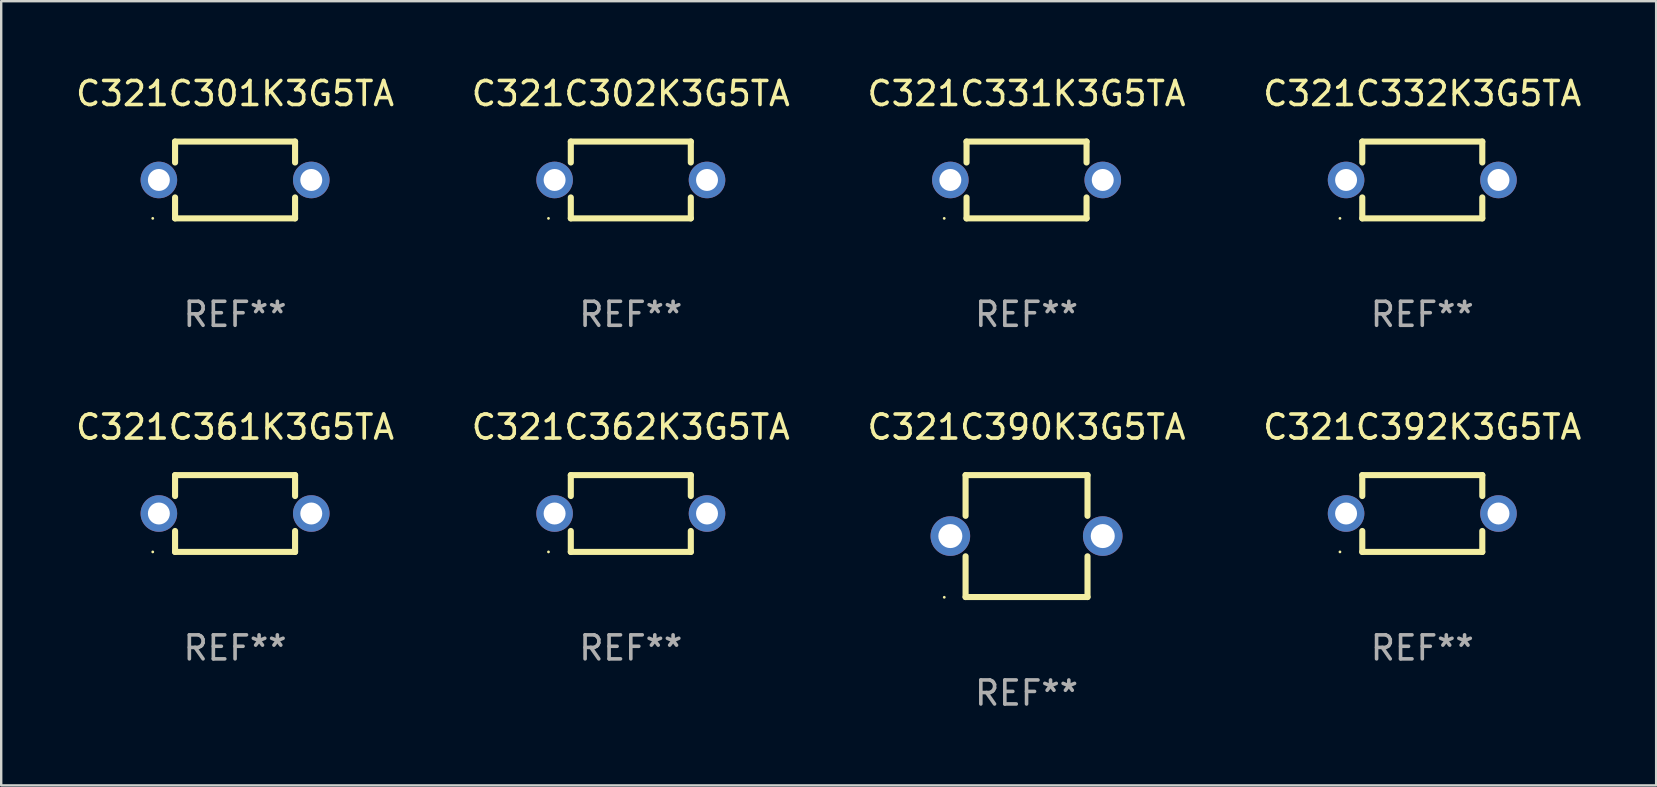
<source format=kicad_pcb>
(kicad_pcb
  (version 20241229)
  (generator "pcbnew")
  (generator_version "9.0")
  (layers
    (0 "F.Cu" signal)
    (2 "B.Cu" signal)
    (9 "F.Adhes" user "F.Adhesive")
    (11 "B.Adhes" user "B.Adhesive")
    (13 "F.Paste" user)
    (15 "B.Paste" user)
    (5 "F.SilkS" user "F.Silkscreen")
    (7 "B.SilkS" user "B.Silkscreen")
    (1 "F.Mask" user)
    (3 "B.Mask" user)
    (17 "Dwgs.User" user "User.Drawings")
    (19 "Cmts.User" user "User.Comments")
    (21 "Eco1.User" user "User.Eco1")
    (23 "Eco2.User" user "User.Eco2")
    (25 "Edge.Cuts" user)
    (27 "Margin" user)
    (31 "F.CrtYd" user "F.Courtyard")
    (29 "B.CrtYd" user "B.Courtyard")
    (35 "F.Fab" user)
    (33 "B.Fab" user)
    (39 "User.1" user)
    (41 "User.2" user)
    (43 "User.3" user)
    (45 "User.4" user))
  (footprint "C321C362K3G5TA"
    (layer "F.Cu")
    (at 23.232 18.345)
    (property "Reference" "C321C362K3G5TA" (at 0 -3.6 0) (layer "F.SilkS") (effects (font (size 1 1) (thickness 0.15))))
    (attr through_hole)
    (fp_line (start -2.5 -1.6) (end 2.5 -1.6) (stroke (width 0.254) (type solid)) (layer "F.SilkS"))
    (fp_line (start -2.5 -0.728) (end -2.5 -1.6) (stroke (width 0.254) (type solid)) (layer "F.SilkS"))
    (fp_line (start -2.5 1.6) (end -2.5 0.728) (stroke (width 0.254) (type solid)) (layer "F.SilkS"))
    (fp_line (start 2.5 -1.6) (end 2.5 -0.728) (stroke (width 0.254) (type solid)) (layer "F.SilkS"))
    (fp_line (start 2.5 0.728) (end 2.5 1.6) (stroke (width 0.254) (type solid)) (layer "F.SilkS"))
    (fp_line (start 2.5 1.6) (end -2.5 1.6) (stroke (width 0.254) (type solid)) (layer "F.SilkS"))
    (fp_circle (center -3.43 1.6) (end -3.4 1.6) (stroke (width 0.06) (type solid)) (fill no) (layer "F.SilkS"))
    (fp_text user "REF**" (at 0 5.6 0) (layer "F.Fab") (effects (font (size 1 1) (thickness 0.15))))
    (pad "1" thru_hole circle (at -3.175 0) (size 1.524 1.524) (drill 0.914) (layers "*.Cu" "*.Mask"))
    (pad "2" thru_hole circle (at 3.175 0) (size 1.524 1.524) (drill 0.914) (layers "*.Cu" "*.Mask")))
  (footprint "C321C390K3G5TA"
    (layer "F.Cu")
    (at 39.72 19.285)
    (property "Reference" "C321C390K3G5TA" (at 0 -4.54 0) (layer "F.SilkS") (effects (font (size 1 1) (thickness 0.15))))
    (attr through_hole)
    (fp_line (start -2.54 -2.54) (end -2.54 -0.843) (stroke (width 0.254) (type solid)) (layer "F.SilkS"))
    (fp_line (start -2.54 0.843) (end -2.54 2.54) (stroke (width 0.254) (type solid)) (layer "F.SilkS"))
    (fp_line (start -2.54 2.54) (end 2.54 2.54) (stroke (width 0.254) (type solid)) (layer "F.SilkS"))
    (fp_line (start 2.54 -2.54) (end -2.54 -2.54) (stroke (width 0.254) (type solid)) (layer "F.SilkS"))
    (fp_line (start 2.54 -0.843) (end 2.54 -2.54) (stroke (width 0.254) (type solid)) (layer "F.SilkS"))
    (fp_line (start 2.54 2.54) (end 2.54 0.843) (stroke (width 0.254) (type solid)) (layer "F.SilkS"))
    (fp_circle (center -3.428 2.55) (end -3.398 2.55) (stroke (width 0.06) (type solid)) (fill no) (layer "F.SilkS"))
    (fp_text user "REF**" (at 0 6.54 0) (layer "F.Fab") (effects (font (size 1 1) (thickness 0.15))))
    (pad "1" thru_hole circle (at -3.175 0) (size 1.65 1.65) (drill 1) (layers "*.Cu" "*.Mask"))
    (pad "2" thru_hole circle (at 3.175 0) (size 1.65 1.65) (drill 1) (layers "*.Cu" "*.Mask")))
  (footprint "C321C392K3G5TA"
    (layer "F.Cu")
    (at 56.208 18.345)
    (property "Reference" "C321C392K3G5TA" (at 0 -3.6 0) (layer "F.SilkS") (effects (font (size 1 1) (thickness 0.15))))
    (attr through_hole)
    (fp_line (start -2.5 -1.6) (end 2.5 -1.6) (stroke (width 0.254) (type solid)) (layer "F.SilkS"))
    (fp_line (start -2.5 -0.728) (end -2.5 -1.6) (stroke (width 0.254) (type solid)) (layer "F.SilkS"))
    (fp_line (start -2.5 1.6) (end -2.5 0.728) (stroke (width 0.254) (type solid)) (layer "F.SilkS"))
    (fp_line (start 2.5 -1.6) (end 2.5 -0.728) (stroke (width 0.254) (type solid)) (layer "F.SilkS"))
    (fp_line (start 2.5 0.728) (end 2.5 1.6) (stroke (width 0.254) (type solid)) (layer "F.SilkS"))
    (fp_line (start 2.5 1.6) (end -2.5 1.6) (stroke (width 0.254) (type solid)) (layer "F.SilkS"))
    (fp_circle (center -3.43 1.6) (end -3.4 1.6) (stroke (width 0.06) (type solid)) (fill no) (layer "F.SilkS"))
    (fp_text user "REF**" (at 0 5.6 0) (layer "F.Fab") (effects (font (size 1 1) (thickness 0.15))))
    (pad "1" thru_hole circle (at -3.175 0) (size 1.524 1.524) (drill 0.914) (layers "*.Cu" "*.Mask"))
    (pad "2" thru_hole circle (at 3.175 0) (size 1.524 1.524) (drill 0.914) (layers "*.Cu" "*.Mask")))
  (footprint "C321C331K3G5TA"
    (layer "F.Cu")
    (at 39.72 4.448)
    (property "Reference" "C321C331K3G5TA" (at 0 -3.6 0) (layer "F.SilkS") (effects (font (size 1 1) (thickness 0.15))))
    (attr through_hole)
    (fp_line (start -2.5 -1.6) (end 2.5 -1.6) (stroke (width 0.254) (type solid)) (layer "F.SilkS"))
    (fp_line (start -2.5 -0.728) (end -2.5 -1.6) (stroke (width 0.254) (type solid)) (layer "F.SilkS"))
    (fp_line (start -2.5 1.6) (end -2.5 0.728) (stroke (width 0.254) (type solid)) (layer "F.SilkS"))
    (fp_line (start 2.5 -1.6) (end 2.5 -0.728) (stroke (width 0.254) (type solid)) (layer "F.SilkS"))
    (fp_line (start 2.5 0.728) (end 2.5 1.6) (stroke (width 0.254) (type solid)) (layer "F.SilkS"))
    (fp_line (start 2.5 1.6) (end -2.5 1.6) (stroke (width 0.254) (type solid)) (layer "F.SilkS"))
    (fp_circle (center -3.43 1.6) (end -3.4 1.6) (stroke (width 0.06) (type solid)) (fill no) (layer "F.SilkS"))
    (fp_text user "REF**" (at 0 5.6 0) (layer "F.Fab") (effects (font (size 1 1) (thickness 0.15))))
    (pad "1" thru_hole circle (at -3.175 0) (size 1.524 1.524) (drill 0.914) (layers "*.Cu" "*.Mask"))
    (pad "2" thru_hole circle (at 3.175 0) (size 1.524 1.524) (drill 0.914) (layers "*.Cu" "*.Mask")))
  (footprint "C321C332K3G5TA"
    (layer "F.Cu")
    (at 56.208 4.448)
    (property "Reference" "C321C332K3G5TA" (at 0 -3.6 0) (layer "F.SilkS") (effects (font (size 1 1) (thickness 0.15))))
    (attr through_hole)
    (fp_line (start -2.5 -1.6) (end 2.5 -1.6) (stroke (width 0.254) (type solid)) (layer "F.SilkS"))
    (fp_line (start -2.5 -0.728) (end -2.5 -1.6) (stroke (width 0.254) (type solid)) (layer "F.SilkS"))
    (fp_line (start -2.5 1.6) (end -2.5 0.728) (stroke (width 0.254) (type solid)) (layer "F.SilkS"))
    (fp_line (start 2.5 -1.6) (end 2.5 -0.728) (stroke (width 0.254) (type solid)) (layer "F.SilkS"))
    (fp_line (start 2.5 0.728) (end 2.5 1.6) (stroke (width 0.254) (type solid)) (layer "F.SilkS"))
    (fp_line (start 2.5 1.6) (end -2.5 1.6) (stroke (width 0.254) (type solid)) (layer "F.SilkS"))
    (fp_circle (center -3.43 1.6) (end -3.4 1.6) (stroke (width 0.06) (type solid)) (fill no) (layer "F.SilkS"))
    (fp_text user "REF**" (at 0 5.6 0) (layer "F.Fab") (effects (font (size 1 1) (thickness 0.15))))
    (pad "1" thru_hole circle (at -3.175 0) (size 1.524 1.524) (drill 0.914) (layers "*.Cu" "*.Mask"))
    (pad "2" thru_hole circle (at 3.175 0) (size 1.524 1.524) (drill 0.914) (layers "*.Cu" "*.Mask")))
  (footprint "C321C361K3G5TA"
    (layer "F.Cu")
    (at 6.744 18.345)
    (property "Reference" "C321C361K3G5TA" (at 0 -3.6 0) (layer "F.SilkS") (effects (font (size 1 1) (thickness 0.15))))
    (attr through_hole)
    (fp_line (start -2.5 -1.6) (end 2.5 -1.6) (stroke (width 0.254) (type solid)) (layer "F.SilkS"))
    (fp_line (start -2.5 -0.728) (end -2.5 -1.6) (stroke (width 0.254) (type solid)) (layer "F.SilkS"))
    (fp_line (start -2.5 1.6) (end -2.5 0.728) (stroke (width 0.254) (type solid)) (layer "F.SilkS"))
    (fp_line (start 2.5 -1.6) (end 2.5 -0.728) (stroke (width 0.254) (type solid)) (layer "F.SilkS"))
    (fp_line (start 2.5 0.728) (end 2.5 1.6) (stroke (width 0.254) (type solid)) (layer "F.SilkS"))
    (fp_line (start 2.5 1.6) (end -2.5 1.6) (stroke (width 0.254) (type solid)) (layer "F.SilkS"))
    (fp_circle (center -3.43 1.6) (end -3.4 1.6) (stroke (width 0.06) (type solid)) (fill no) (layer "F.SilkS"))
    (fp_text user "REF**" (at 0 5.6 0) (layer "F.Fab") (effects (font (size 1 1) (thickness 0.15))))
    (pad "1" thru_hole circle (at -3.175 0) (size 1.524 1.524) (drill 0.914) (layers "*.Cu" "*.Mask"))
    (pad "2" thru_hole circle (at 3.175 0) (size 1.524 1.524) (drill 0.914) (layers "*.Cu" "*.Mask")))
  (footprint "C321C302K3G5TA"
    (layer "F.Cu")
    (at 23.232 4.448)
    (property "Reference" "C321C302K3G5TA" (at 0 -3.6 0) (layer "F.SilkS") (effects (font (size 1 1) (thickness 0.15))))
    (attr through_hole)
    (fp_line (start -2.5 -1.6) (end 2.5 -1.6) (stroke (width 0.254) (type solid)) (layer "F.SilkS"))
    (fp_line (start -2.5 -0.728) (end -2.5 -1.6) (stroke (width 0.254) (type solid)) (layer "F.SilkS"))
    (fp_line (start -2.5 1.6) (end -2.5 0.728) (stroke (width 0.254) (type solid)) (layer "F.SilkS"))
    (fp_line (start 2.5 -1.6) (end 2.5 -0.728) (stroke (width 0.254) (type solid)) (layer "F.SilkS"))
    (fp_line (start 2.5 0.728) (end 2.5 1.6) (stroke (width 0.254) (type solid)) (layer "F.SilkS"))
    (fp_line (start 2.5 1.6) (end -2.5 1.6) (stroke (width 0.254) (type solid)) (layer "F.SilkS"))
    (fp_circle (center -3.43 1.6) (end -3.4 1.6) (stroke (width 0.06) (type solid)) (fill no) (layer "F.SilkS"))
    (fp_text user "REF**" (at 0 5.6 0) (layer "F.Fab") (effects (font (size 1 1) (thickness 0.15))))
    (pad "1" thru_hole circle (at -3.175 0) (size 1.524 1.524) (drill 0.914) (layers "*.Cu" "*.Mask"))
    (pad "2" thru_hole circle (at 3.175 0) (size 1.524 1.524) (drill 0.914) (layers "*.Cu" "*.Mask")))
  (footprint "C321C301K3G5TA"
    (layer "F.Cu")
    (at 6.744 4.448)
    (property "Reference" "C321C301K3G5TA" (at 0 -3.6 0) (layer "F.SilkS") (effects (font (size 1 1) (thickness 0.15))))
    (attr through_hole)
    (fp_line (start -2.5 -1.6) (end 2.5 -1.6) (stroke (width 0.254) (type solid)) (layer "F.SilkS"))
    (fp_line (start -2.5 -0.728) (end -2.5 -1.6) (stroke (width 0.254) (type solid)) (layer "F.SilkS"))
    (fp_line (start -2.5 1.6) (end -2.5 0.728) (stroke (width 0.254) (type solid)) (layer "F.SilkS"))
    (fp_line (start 2.5 -1.6) (end 2.5 -0.728) (stroke (width 0.254) (type solid)) (layer "F.SilkS"))
    (fp_line (start 2.5 0.728) (end 2.5 1.6) (stroke (width 0.254) (type solid)) (layer "F.SilkS"))
    (fp_line (start 2.5 1.6) (end -2.5 1.6) (stroke (width 0.254) (type solid)) (layer "F.SilkS"))
    (fp_circle (center -3.43 1.6) (end -3.4 1.6) (stroke (width 0.06) (type solid)) (fill no) (layer "F.SilkS"))
    (fp_text user "REF**" (at 0 5.6 0) (layer "F.Fab") (effects (font (size 1 1) (thickness 0.15))))
    (pad "1" thru_hole circle (at -3.175 0) (size 1.524 1.524) (drill 0.914) (layers "*.Cu" "*.Mask"))
    (pad "2" thru_hole circle (at 3.175 0) (size 1.524 1.524) (drill 0.914) (layers "*.Cu" "*.Mask")))
  (gr_rect
    (start -3 -3)
    (end 65.952 29.673)
    (stroke (width 0.1) (type default))
    (fill no)
    (layer "Edge.Cuts")))
</source>
